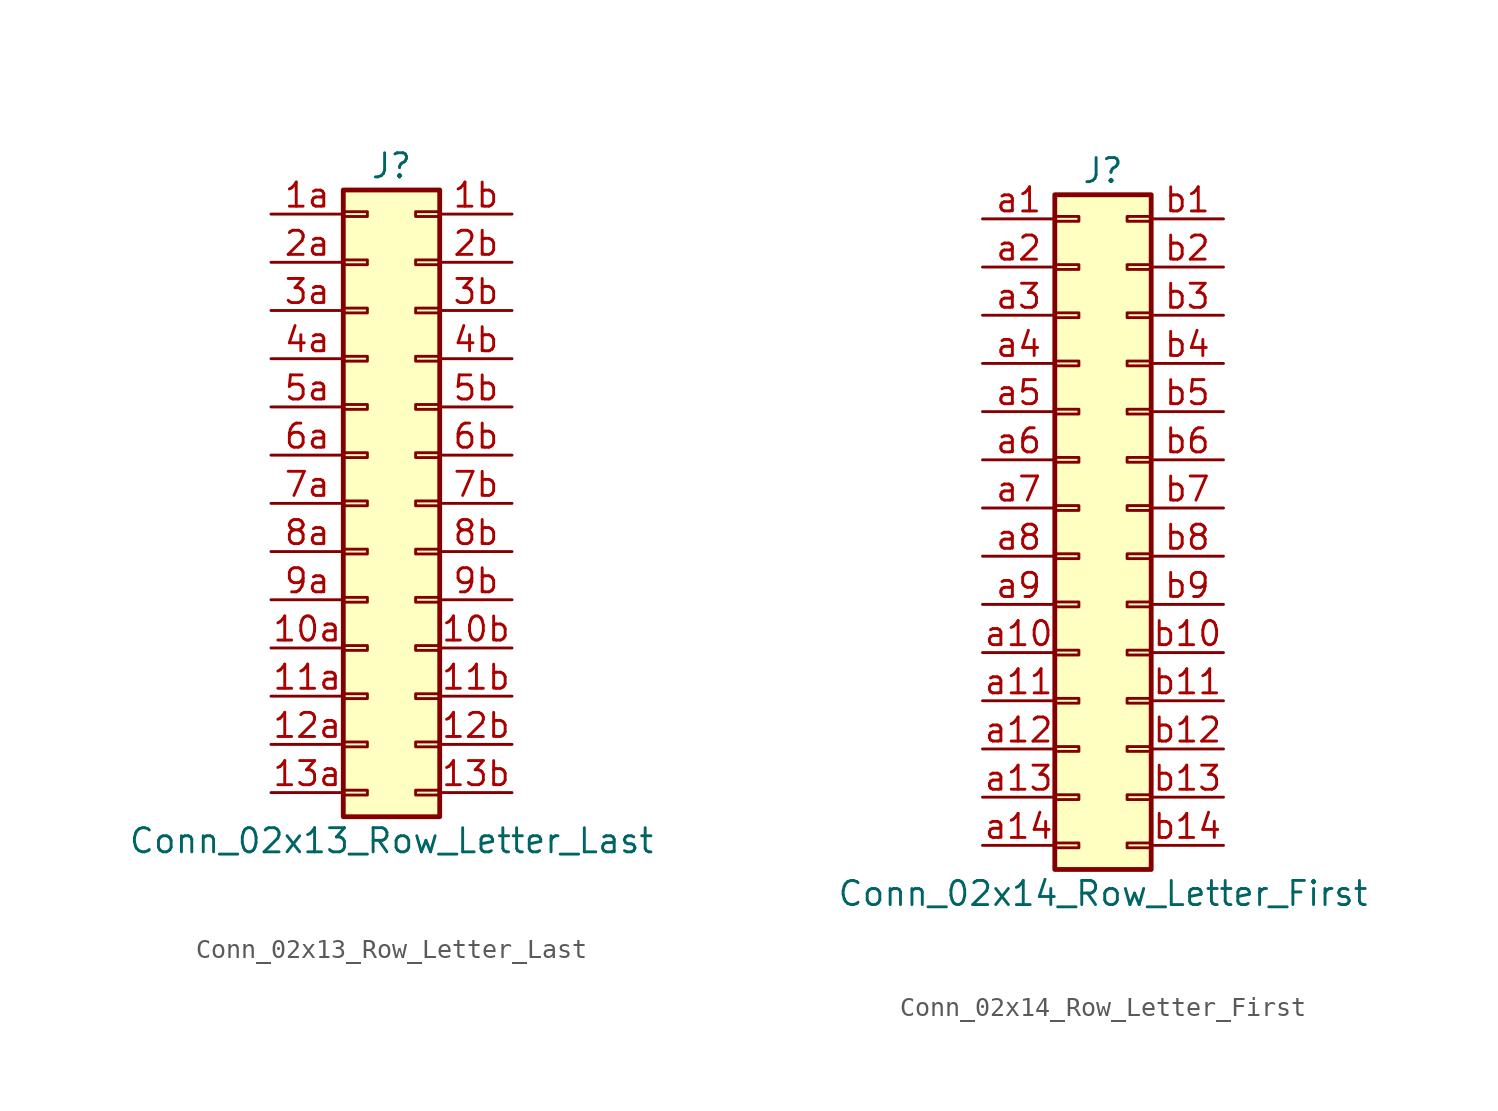
<source format=kicad_sym>
(kicad_symbol_lib
  (version 20220914)
  (generator kicad_symbol_editor)
  (symbol "Conn_02x13_Row_Letter_Last"
    (pin_names
      (offset 1.016) hide)
    (property "Reference" "J"
      (at 1.27 17.78 0)
      (effects (font (size 1.27 1.27))))
    (property "Value" "Conn_02x13_Row_Letter_Last"
      (at 1.27 -17.78 0)
      (effects (font (size 1.27 1.27))))
    (symbol "Conn_02x13_Row_Letter_Last_1_1"
      (rectangle (start -1.27 -15.113) (end 0 -15.367) (stroke (width 0.152) (type default)) (fill (type none)))
      (rectangle (start -1.27 -12.573) (end 0 -12.827) (stroke (width 0.152) (type default)) (fill (type none)))
      (rectangle (start -1.27 -10.033) (end 0 -10.287) (stroke (width 0.152) (type default)) (fill (type none)))
      (rectangle (start -1.27 -7.493) (end 0 -7.747) (stroke (width 0.152) (type default)) (fill (type none)))
      (rectangle (start -1.27 -4.953) (end 0 -5.207) (stroke (width 0.152) (type default)) (fill (type none)))
      (rectangle (start -1.27 -2.413) (end 0 -2.667) (stroke (width 0.152) (type default)) (fill (type none)))
      (rectangle (start -1.27 0.127) (end 0 -0.127) (stroke (width 0.152) (type default)) (fill (type none)))
      (rectangle (start -1.27 2.667) (end 0 2.413) (stroke (width 0.152) (type default)) (fill (type none)))
      (rectangle (start -1.27 5.207) (end 0 4.953) (stroke (width 0.152) (type default)) (fill (type none)))
      (rectangle (start -1.27 7.747) (end 0 7.493) (stroke (width 0.152) (type default)) (fill (type none)))
      (rectangle (start -1.27 10.287) (end 0 10.033) (stroke (width 0.152) (type default)) (fill (type none)))
      (rectangle (start -1.27 12.827) (end 0 12.573) (stroke (width 0.152) (type default)) (fill (type none)))
      (rectangle (start -1.27 15.367) (end 0 15.113) (stroke (width 0.152) (type default)) (fill (type none)))
      (rectangle (start -1.27 16.51) (end 3.81 -16.51) (stroke (width 0.254) (type default)) (fill (type background)))
      (rectangle (start 3.81 -15.113) (end 2.54 -15.367) (stroke (width 0.152) (type default)) (fill (type none)))
      (rectangle (start 3.81 -12.573) (end 2.54 -12.827) (stroke (width 0.152) (type default)) (fill (type none)))
      (rectangle (start 3.81 -10.033) (end 2.54 -10.287) (stroke (width 0.152) (type default)) (fill (type none)))
      (rectangle (start 3.81 -7.493) (end 2.54 -7.747) (stroke (width 0.152) (type default)) (fill (type none)))
      (rectangle (start 3.81 -4.953) (end 2.54 -5.207) (stroke (width 0.152) (type default)) (fill (type none)))
      (rectangle (start 3.81 -2.413) (end 2.54 -2.667) (stroke (width 0.152) (type default)) (fill (type none)))
      (rectangle (start 3.81 0.127) (end 2.54 -0.127) (stroke (width 0.152) (type default)) (fill (type none)))
      (rectangle (start 3.81 2.667) (end 2.54 2.413) (stroke (width 0.152) (type default)) (fill (type none)))
      (rectangle (start 3.81 5.207) (end 2.54 4.953) (stroke (width 0.152) (type default)) (fill (type none)))
      (rectangle (start 3.81 7.747) (end 2.54 7.493) (stroke (width 0.152) (type default)) (fill (type none)))
      (rectangle (start 3.81 10.287) (end 2.54 10.033) (stroke (width 0.152) (type default)) (fill (type none)))
      (rectangle (start 3.81 12.827) (end 2.54 12.573) (stroke (width 0.152) (type default)) (fill (type none)))
      (rectangle (start 3.81 15.367) (end 2.54 15.113) (stroke (width 0.152) (type default)) (fill (type none)))
      (pin passive line (at -5.08 -7.62 0) (length 3.81) (name "Pin_10a" (effects (font (size 1.27 1.27)))) (number "10a" (effects (font (size 1.27 1.27)))))
      (pin passive line (at 7.62 -7.62 180) (length 3.81) (name "Pin_10b" (effects (font (size 1.27 1.27)))) (number "10b" (effects (font (size 1.27 1.27)))))
      (pin passive line (at -5.08 -10.16 0) (length 3.81) (name "Pin_11a" (effects (font (size 1.27 1.27)))) (number "11a" (effects (font (size 1.27 1.27)))))
      (pin passive line (at 7.62 -10.16 180) (length 3.81) (name "Pin_11b" (effects (font (size 1.27 1.27)))) (number "11b" (effects (font (size 1.27 1.27)))))
      (pin passive line (at -5.08 -12.7 0) (length 3.81) (name "Pin_12a" (effects (font (size 1.27 1.27)))) (number "12a" (effects (font (size 1.27 1.27)))))
      (pin passive line (at 7.62 -12.7 180) (length 3.81) (name "Pin_12b" (effects (font (size 1.27 1.27)))) (number "12b" (effects (font (size 1.27 1.27)))))
      (pin passive line (at -5.08 -15.24 0) (length 3.81) (name "Pin_13a" (effects (font (size 1.27 1.27)))) (number "13a" (effects (font (size 1.27 1.27)))))
      (pin passive line (at 7.62 -15.24 180) (length 3.81) (name "Pin_13b" (effects (font (size 1.27 1.27)))) (number "13b" (effects (font (size 1.27 1.27)))))
      (pin passive line (at -5.08 15.24 0) (length 3.81) (name "Pin_1a" (effects (font (size 1.27 1.27)))) (number "1a" (effects (font (size 1.27 1.27)))))
      (pin passive line (at 7.62 15.24 180) (length 3.81) (name "Pin_1b" (effects (font (size 1.27 1.27)))) (number "1b" (effects (font (size 1.27 1.27)))))
      (pin passive line (at -5.08 12.7 0) (length 3.81) (name "Pin_2a" (effects (font (size 1.27 1.27)))) (number "2a" (effects (font (size 1.27 1.27)))))
      (pin passive line (at 7.62 12.7 180) (length 3.81) (name "Pin_2b" (effects (font (size 1.27 1.27)))) (number "2b" (effects (font (size 1.27 1.27)))))
      (pin passive line (at -5.08 10.16 0) (length 3.81) (name "Pin_3a" (effects (font (size 1.27 1.27)))) (number "3a" (effects (font (size 1.27 1.27)))))
      (pin passive line (at 7.62 10.16 180) (length 3.81) (name "Pin_3b" (effects (font (size 1.27 1.27)))) (number "3b" (effects (font (size 1.27 1.27)))))
      (pin passive line (at -5.08 7.62 0) (length 3.81) (name "Pin_4a" (effects (font (size 1.27 1.27)))) (number "4a" (effects (font (size 1.27 1.27)))))
      (pin passive line (at 7.62 7.62 180) (length 3.81) (name "Pin_4b" (effects (font (size 1.27 1.27)))) (number "4b" (effects (font (size 1.27 1.27)))))
      (pin passive line (at -5.08 5.08 0) (length 3.81) (name "Pin_5a" (effects (font (size 1.27 1.27)))) (number "5a" (effects (font (size 1.27 1.27)))))
      (pin passive line (at 7.62 5.08 180) (length 3.81) (name "Pin_5b" (effects (font (size 1.27 1.27)))) (number "5b" (effects (font (size 1.27 1.27)))))
      (pin passive line (at -5.08 2.54 0) (length 3.81) (name "Pin_6a" (effects (font (size 1.27 1.27)))) (number "6a" (effects (font (size 1.27 1.27)))))
      (pin passive line (at 7.62 2.54 180) (length 3.81) (name "Pin_6b" (effects (font (size 1.27 1.27)))) (number "6b" (effects (font (size 1.27 1.27)))))
      (pin passive line (at -5.08 0 0) (length 3.81) (name "Pin_7a" (effects (font (size 1.27 1.27)))) (number "7a" (effects (font (size 1.27 1.27)))))
      (pin passive line (at 7.62 0 180) (length 3.81) (name "Pin_7b" (effects (font (size 1.27 1.27)))) (number "7b" (effects (font (size 1.27 1.27)))))
      (pin passive line (at -5.08 -2.54 0) (length 3.81) (name "Pin_8a" (effects (font (size 1.27 1.27)))) (number "8a" (effects (font (size 1.27 1.27)))))
      (pin passive line (at 7.62 -2.54 180) (length 3.81) (name "Pin_8b" (effects (font (size 1.27 1.27)))) (number "8b" (effects (font (size 1.27 1.27)))))
      (pin passive line (at -5.08 -5.08 0) (length 3.81) (name "Pin_9a" (effects (font (size 1.27 1.27)))) (number "9a" (effects (font (size 1.27 1.27)))))
      (pin passive line (at 7.62 -5.08 180) (length 3.81) (name "Pin_9b" (effects (font (size 1.27 1.27)))) (number "9b" (effects (font (size 1.27 1.27)))))))
  (symbol "Conn_02x14_Row_Letter_First"
    (pin_names
      (offset 1.016) hide)
    (property "Reference" "J"
      (at 1.27 17.78 0)
      (effects (font (size 1.27 1.27))))
    (property "Value" "Conn_02x14_Row_Letter_First"
      (at 1.27 -20.32 0)
      (effects (font (size 1.27 1.27))))
    (symbol "Conn_02x14_Row_Letter_First_1_1"
      (rectangle (start -1.27 -17.653) (end 0 -17.907) (stroke (width 0.152) (type default)) (fill (type none)))
      (rectangle (start -1.27 -15.113) (end 0 -15.367) (stroke (width 0.152) (type default)) (fill (type none)))
      (rectangle (start -1.27 -12.573) (end 0 -12.827) (stroke (width 0.152) (type default)) (fill (type none)))
      (rectangle (start -1.27 -10.033) (end 0 -10.287) (stroke (width 0.152) (type default)) (fill (type none)))
      (rectangle (start -1.27 -7.493) (end 0 -7.747) (stroke (width 0.152) (type default)) (fill (type none)))
      (rectangle (start -1.27 -4.953) (end 0 -5.207) (stroke (width 0.152) (type default)) (fill (type none)))
      (rectangle (start -1.27 -2.413) (end 0 -2.667) (stroke (width 0.152) (type default)) (fill (type none)))
      (rectangle (start -1.27 0.127) (end 0 -0.127) (stroke (width 0.152) (type default)) (fill (type none)))
      (rectangle (start -1.27 2.667) (end 0 2.413) (stroke (width 0.152) (type default)) (fill (type none)))
      (rectangle (start -1.27 5.207) (end 0 4.953) (stroke (width 0.152) (type default)) (fill (type none)))
      (rectangle (start -1.27 7.747) (end 0 7.493) (stroke (width 0.152) (type default)) (fill (type none)))
      (rectangle (start -1.27 10.287) (end 0 10.033) (stroke (width 0.152) (type default)) (fill (type none)))
      (rectangle (start -1.27 12.827) (end 0 12.573) (stroke (width 0.152) (type default)) (fill (type none)))
      (rectangle (start -1.27 15.367) (end 0 15.113) (stroke (width 0.152) (type default)) (fill (type none)))
      (rectangle (start -1.27 16.51) (end 3.81 -19.05) (stroke (width 0.254) (type default)) (fill (type background)))
      (rectangle (start 3.81 -17.653) (end 2.54 -17.907) (stroke (width 0.152) (type default)) (fill (type none)))
      (rectangle (start 3.81 -15.113) (end 2.54 -15.367) (stroke (width 0.152) (type default)) (fill (type none)))
      (rectangle (start 3.81 -12.573) (end 2.54 -12.827) (stroke (width 0.152) (type default)) (fill (type none)))
      (rectangle (start 3.81 -10.033) (end 2.54 -10.287) (stroke (width 0.152) (type default)) (fill (type none)))
      (rectangle (start 3.81 -7.493) (end 2.54 -7.747) (stroke (width 0.152) (type default)) (fill (type none)))
      (rectangle (start 3.81 -4.953) (end 2.54 -5.207) (stroke (width 0.152) (type default)) (fill (type none)))
      (rectangle (start 3.81 -2.413) (end 2.54 -2.667) (stroke (width 0.152) (type default)) (fill (type none)))
      (rectangle (start 3.81 0.127) (end 2.54 -0.127) (stroke (width 0.152) (type default)) (fill (type none)))
      (rectangle (start 3.81 2.667) (end 2.54 2.413) (stroke (width 0.152) (type default)) (fill (type none)))
      (rectangle (start 3.81 5.207) (end 2.54 4.953) (stroke (width 0.152) (type default)) (fill (type none)))
      (rectangle (start 3.81 7.747) (end 2.54 7.493) (stroke (width 0.152) (type default)) (fill (type none)))
      (rectangle (start 3.81 10.287) (end 2.54 10.033) (stroke (width 0.152) (type default)) (fill (type none)))
      (rectangle (start 3.81 12.827) (end 2.54 12.573) (stroke (width 0.152) (type default)) (fill (type none)))
      (rectangle (start 3.81 15.367) (end 2.54 15.113) (stroke (width 0.152) (type default)) (fill (type none)))
      (pin passive line (at -5.08 15.24 0) (length 3.81) (name "Pin_a1" (effects (font (size 1.27 1.27)))) (number "a1" (effects (font (size 1.27 1.27)))))
      (pin passive line (at -5.08 -7.62 0) (length 3.81) (name "Pin_a10" (effects (font (size 1.27 1.27)))) (number "a10" (effects (font (size 1.27 1.27)))))
      (pin passive line (at -5.08 -10.16 0) (length 3.81) (name "Pin_a11" (effects (font (size 1.27 1.27)))) (number "a11" (effects (font (size 1.27 1.27)))))
      (pin passive line (at -5.08 -12.7 0) (length 3.81) (name "Pin_a12" (effects (font (size 1.27 1.27)))) (number "a12" (effects (font (size 1.27 1.27)))))
      (pin passive line (at -5.08 -15.24 0) (length 3.81) (name "Pin_a13" (effects (font (size 1.27 1.27)))) (number "a13" (effects (font (size 1.27 1.27)))))
      (pin passive line (at -5.08 -17.78 0) (length 3.81) (name "Pin_a14" (effects (font (size 1.27 1.27)))) (number "a14" (effects (font (size 1.27 1.27)))))
      (pin passive line (at -5.08 12.7 0) (length 3.81) (name "Pin_a2" (effects (font (size 1.27 1.27)))) (number "a2" (effects (font (size 1.27 1.27)))))
      (pin passive line (at -5.08 10.16 0) (length 3.81) (name "Pin_a3" (effects (font (size 1.27 1.27)))) (number "a3" (effects (font (size 1.27 1.27)))))
      (pin passive line (at -5.08 7.62 0) (length 3.81) (name "Pin_a4" (effects (font (size 1.27 1.27)))) (number "a4" (effects (font (size 1.27 1.27)))))
      (pin passive line (at -5.08 5.08 0) (length 3.81) (name "Pin_a5" (effects (font (size 1.27 1.27)))) (number "a5" (effects (font (size 1.27 1.27)))))
      (pin passive line (at -5.08 2.54 0) (length 3.81) (name "Pin_a6" (effects (font (size 1.27 1.27)))) (number "a6" (effects (font (size 1.27 1.27)))))
      (pin passive line (at -5.08 0 0) (length 3.81) (name "Pin_a7" (effects (font (size 1.27 1.27)))) (number "a7" (effects (font (size 1.27 1.27)))))
      (pin passive line (at -5.08 -2.54 0) (length 3.81) (name "Pin_a8" (effects (font (size 1.27 1.27)))) (number "a8" (effects (font (size 1.27 1.27)))))
      (pin passive line (at -5.08 -5.08 0) (length 3.81) (name "Pin_a9" (effects (font (size 1.27 1.27)))) (number "a9" (effects (font (size 1.27 1.27)))))
      (pin passive line (at 7.62 15.24 180) (length 3.81) (name "Pin_b1" (effects (font (size 1.27 1.27)))) (number "b1" (effects (font (size 1.27 1.27)))))
      (pin passive line (at 7.62 -7.62 180) (length 3.81) (name "Pin_b10" (effects (font (size 1.27 1.27)))) (number "b10" (effects (font (size 1.27 1.27)))))
      (pin passive line (at 7.62 -10.16 180) (length 3.81) (name "Pin_b11" (effects (font (size 1.27 1.27)))) (number "b11" (effects (font (size 1.27 1.27)))))
      (pin passive line (at 7.62 -12.7 180) (length 3.81) (name "Pin_b12" (effects (font (size 1.27 1.27)))) (number "b12" (effects (font (size 1.27 1.27)))))
      (pin passive line (at 7.62 -15.24 180) (length 3.81) (name "Pin_b13" (effects (font (size 1.27 1.27)))) (number "b13" (effects (font (size 1.27 1.27)))))
      (pin passive line (at 7.62 -17.78 180) (length 3.81) (name "Pin_b14" (effects (font (size 1.27 1.27)))) (number "b14" (effects (font (size 1.27 1.27)))))
      (pin passive line (at 7.62 12.7 180) (length 3.81) (name "Pin_b2" (effects (font (size 1.27 1.27)))) (number "b2" (effects (font (size 1.27 1.27)))))
      (pin passive line (at 7.62 10.16 180) (length 3.81) (name "Pin_b3" (effects (font (size 1.27 1.27)))) (number "b3" (effects (font (size 1.27 1.27)))))
      (pin passive line (at 7.62 7.62 180) (length 3.81) (name "Pin_b4" (effects (font (size 1.27 1.27)))) (number "b4" (effects (font (size 1.27 1.27)))))
      (pin passive line (at 7.62 5.08 180) (length 3.81) (name "Pin_b5" (effects (font (size 1.27 1.27)))) (number "b5" (effects (font (size 1.27 1.27)))))
      (pin passive line (at 7.62 2.54 180) (length 3.81) (name "Pin_b6" (effects (font (size 1.27 1.27)))) (number "b6" (effects (font (size 1.27 1.27)))))
      (pin passive line (at 7.62 0 180) (length 3.81) (name "Pin_b7" (effects (font (size 1.27 1.27)))) (number "b7" (effects (font (size 1.27 1.27)))))
      (pin passive line (at 7.62 -2.54 180) (length 3.81) (name "Pin_b8" (effects (font (size 1.27 1.27)))) (number "b8" (effects (font (size 1.27 1.27)))))
      (pin passive line (at 7.62 -5.08 180) (length 3.81) (name "Pin_b9" (effects (font (size 1.27 1.27)))) (number "b9" (effects (font (size 1.27 1.27))))))))
</source>
